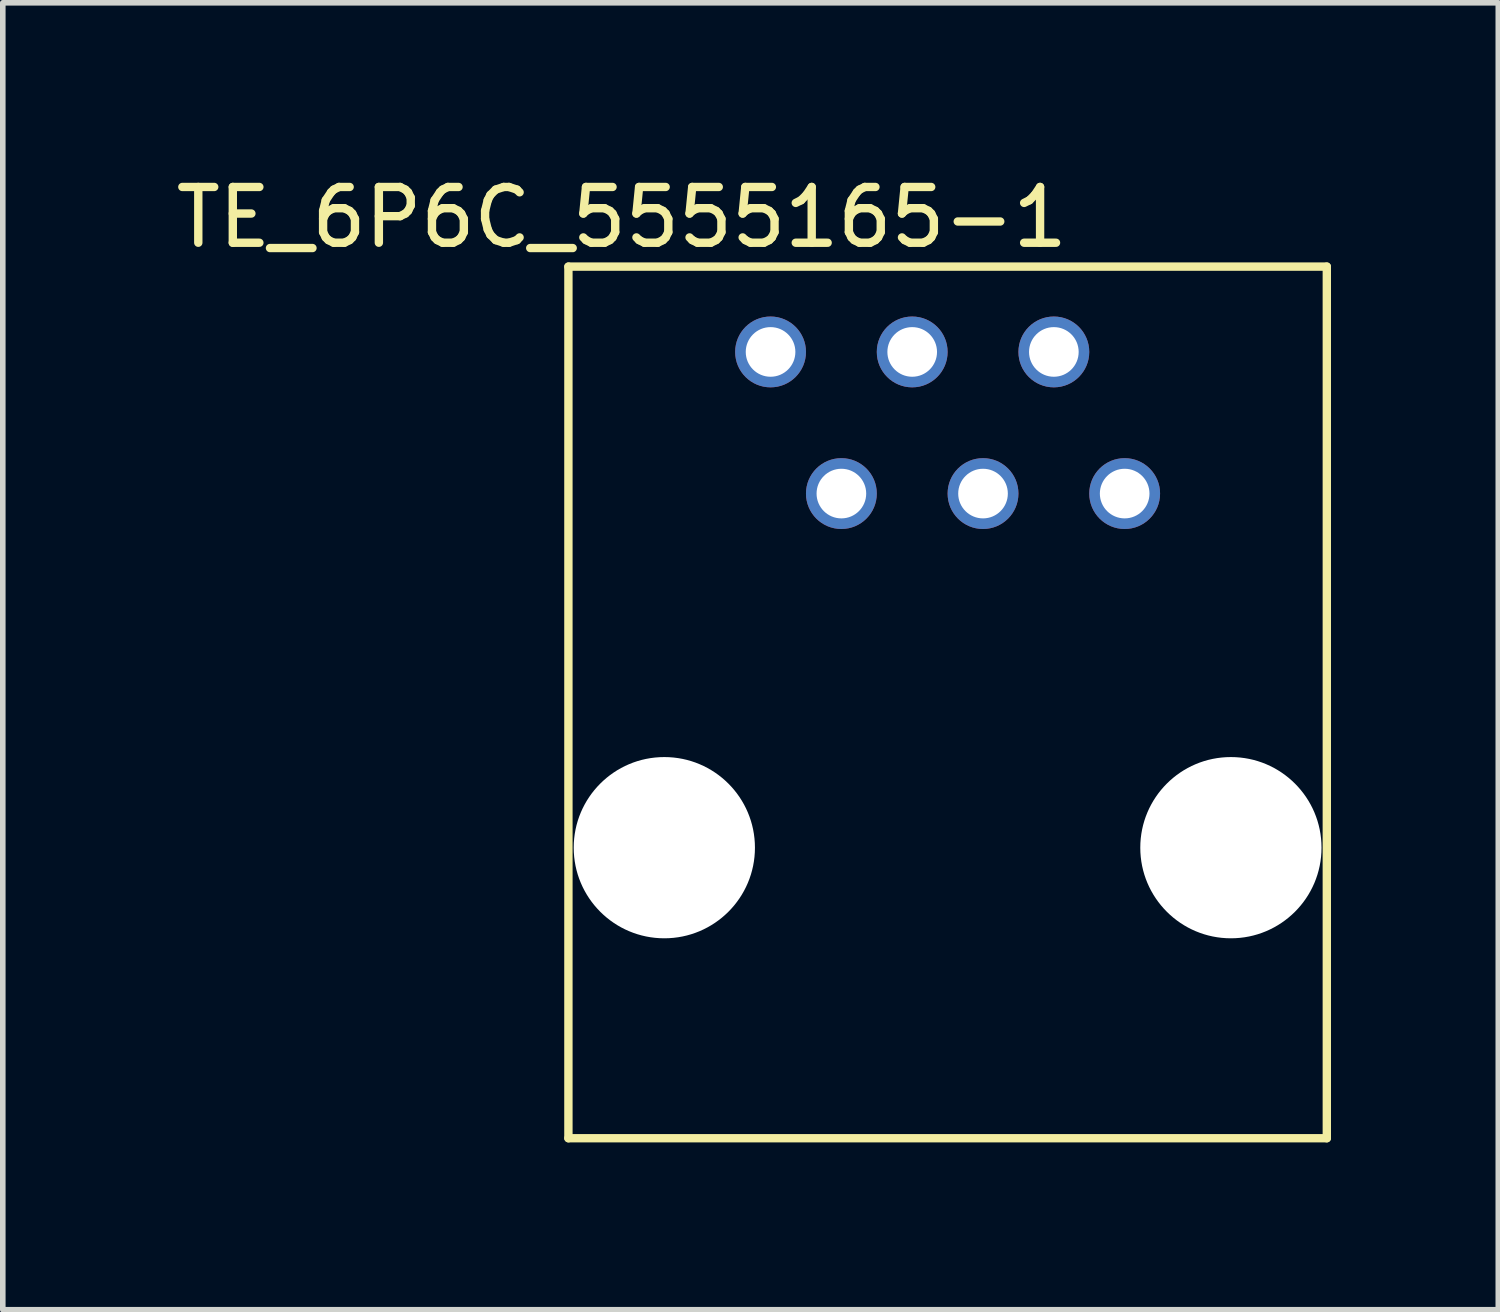
<source format=kicad_pcb>
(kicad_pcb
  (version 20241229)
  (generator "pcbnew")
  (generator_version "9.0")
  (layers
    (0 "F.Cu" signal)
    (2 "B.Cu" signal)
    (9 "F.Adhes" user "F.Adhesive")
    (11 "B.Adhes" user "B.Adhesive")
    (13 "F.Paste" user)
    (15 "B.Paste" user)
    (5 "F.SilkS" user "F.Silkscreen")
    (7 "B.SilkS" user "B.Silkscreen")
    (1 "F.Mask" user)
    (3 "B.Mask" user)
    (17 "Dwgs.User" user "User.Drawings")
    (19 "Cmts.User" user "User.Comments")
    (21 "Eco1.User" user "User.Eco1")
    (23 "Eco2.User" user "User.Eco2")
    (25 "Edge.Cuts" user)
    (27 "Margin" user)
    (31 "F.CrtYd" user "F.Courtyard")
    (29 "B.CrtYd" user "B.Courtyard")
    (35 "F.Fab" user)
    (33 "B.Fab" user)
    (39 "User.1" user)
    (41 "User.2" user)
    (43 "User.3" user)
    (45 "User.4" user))
  (footprint "TE_6P6C_5555165-1"
    (layer "F.Cu")
    (at 13.943 3.261)
    (property "Reference" "TE_6P6C_5555165-1" (at -5.842 -2.413 0) (layer "F.SilkS") (effects (font (size 1 1) (thickness 0.15))))
    (attr through_hole)
    (fp_line (start -6.8 -1.53) (end -6.8 14.1) (stroke (width 0.15) (type solid)) (layer "F.SilkS"))
    (fp_line (start -6.8 -1.53) (end 6.8 -1.53) (stroke (width 0.15) (type solid)) (layer "F.SilkS"))
    (fp_line (start -6.8 14.1) (end 6.8 14.1) (stroke (width 0.15) (type solid)) (layer "F.SilkS"))
    (fp_line (start 6.8 -1.53) (end 6.8 14.1) (stroke (width 0.15) (type solid)) (layer "F.SilkS"))
    (pad "" np_thru_hole circle (at -5.08 8.89) (size 3.25 3.25) (drill 3.25) (layers "*.Cu" "*.Mask"))
    (pad "" np_thru_hole circle (at 5.08 8.89) (size 3.25 3.25) (drill 3.25) (layers "*.Cu" "*.Mask"))
    (pad "1" thru_hole circle (at -3.175 0) (size 1.27 1.27) (drill 0.89) (layers "*.Cu" "*.Mask"))
    (pad "2" thru_hole circle (at -1.905 2.54) (size 1.27 1.27) (drill 0.89) (layers "*.Cu" "*.Mask"))
    (pad "3" thru_hole circle (at -0.635 0) (size 1.27 1.27) (drill 0.89) (layers "*.Cu" "*.Mask"))
    (pad "4" thru_hole circle (at 0.635 2.54) (size 1.27 1.27) (drill 0.89) (layers "*.Cu" "*.Mask"))
    (pad "5" thru_hole circle (at 1.905 0) (size 1.27 1.27) (drill 0.89) (layers "*.Cu" "*.Mask"))
    (pad "6" thru_hole circle (at 3.175 2.54) (size 1.27 1.27) (drill 0.89) (layers "*.Cu" "*.Mask")))
  (gr_rect
    (start -3 -3)
    (end 23.818 20.436)
    (stroke (width 0.1) (type default))
    (fill no)
    (layer "Edge.Cuts")))
</source>
